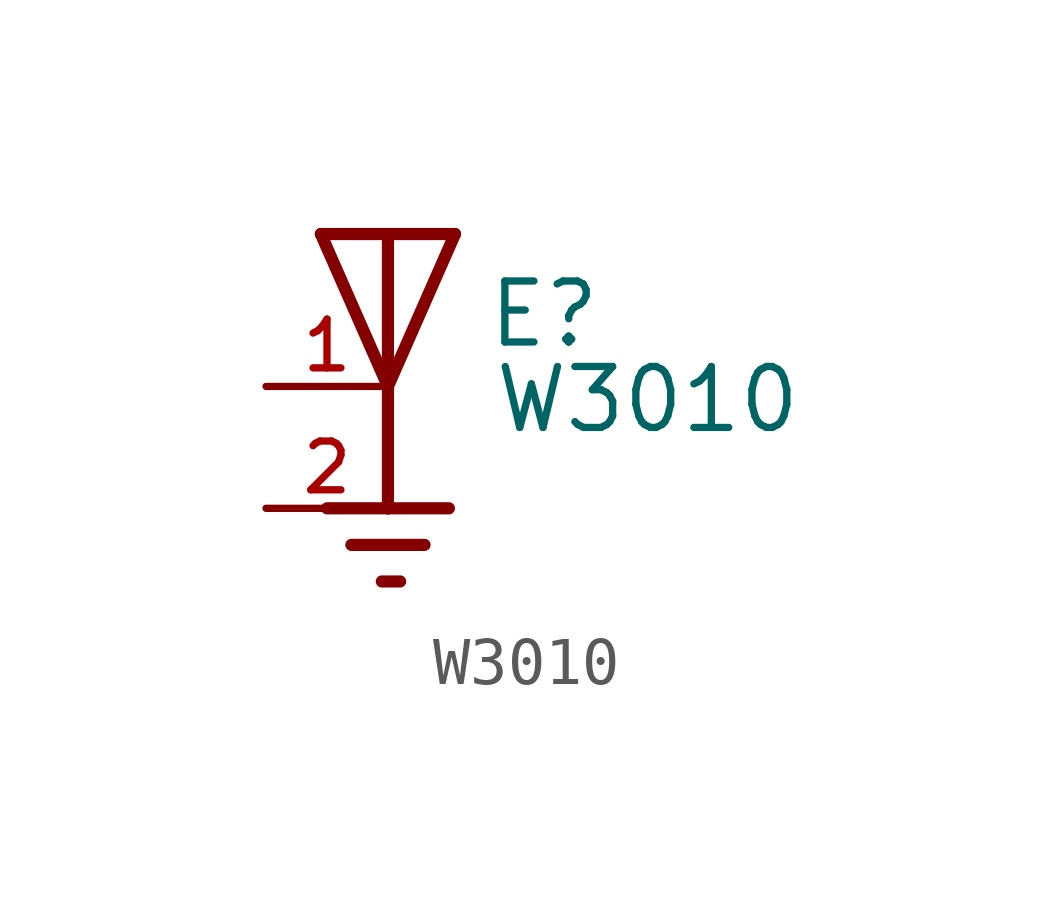
<source format=kicad_sym>
(kicad_symbol_lib
  (version 20211014)
  (generator kicad_symbol_editor)
  (symbol "W3010"
    (pin_names
      (offset 1.016))
    (property "Reference" "E"
      (at 2.034 0.763 0)
      (effects (font (size 1.27 1.27)) (justify bottom left)))
    (property "Value" "W3010"
      (at 2.163 -1.018 0)
      (effects (font (size 1.27 1.27)) (justify bottom left)))
    (symbol "W3010_0_0"
      (polyline (pts (xy -1.397 3.175) (xy 0.0 3.175)) (stroke (width 0.254)))
      (polyline (pts (xy 0.0 3.175) (xy 1.397 3.175)) (stroke (width 0.254)))
      (polyline (pts (xy 1.397 3.175) (xy 0.0 0.0)) (stroke (width 0.254)))
      (polyline (pts (xy 0.0 0.0) (xy -1.397 3.175)) (stroke (width 0.254)))
      (polyline (pts (xy 0.0 3.175) (xy 0.0 0.0)) (stroke (width 0.254)))
      (polyline (pts (xy 0.0 0.0) (xy 0.0 -2.54)) (stroke (width 0.254)))
      (polyline (pts (xy 0.0 -2.54) (xy -1.27 -2.54)) (stroke (width 0.254)))
      (polyline (pts (xy 0.0 -2.54) (xy 1.27 -2.54)) (stroke (width 0.254)))
      (polyline (pts (xy -0.762 -3.302) (xy 0.762 -3.302)) (stroke (width 0.254)))
      (polyline (pts (xy -0.127 -4.064) (xy 0.254 -4.064)) (stroke (width 0.254)))
      (pin passive line (at -2.54 0.0 0) (length 2.54) (name "~" (effects (font (size 1.016 1.016)))) (number "1" (effects (font (size 1.016 1.016)))))
      (pin power_in line (at -2.54 -2.54 0) (length 2.54) (name "~" (effects (font (size 1.016 1.016)))) (number "2" (effects (font (size 1.016 1.016))))))))
</source>
